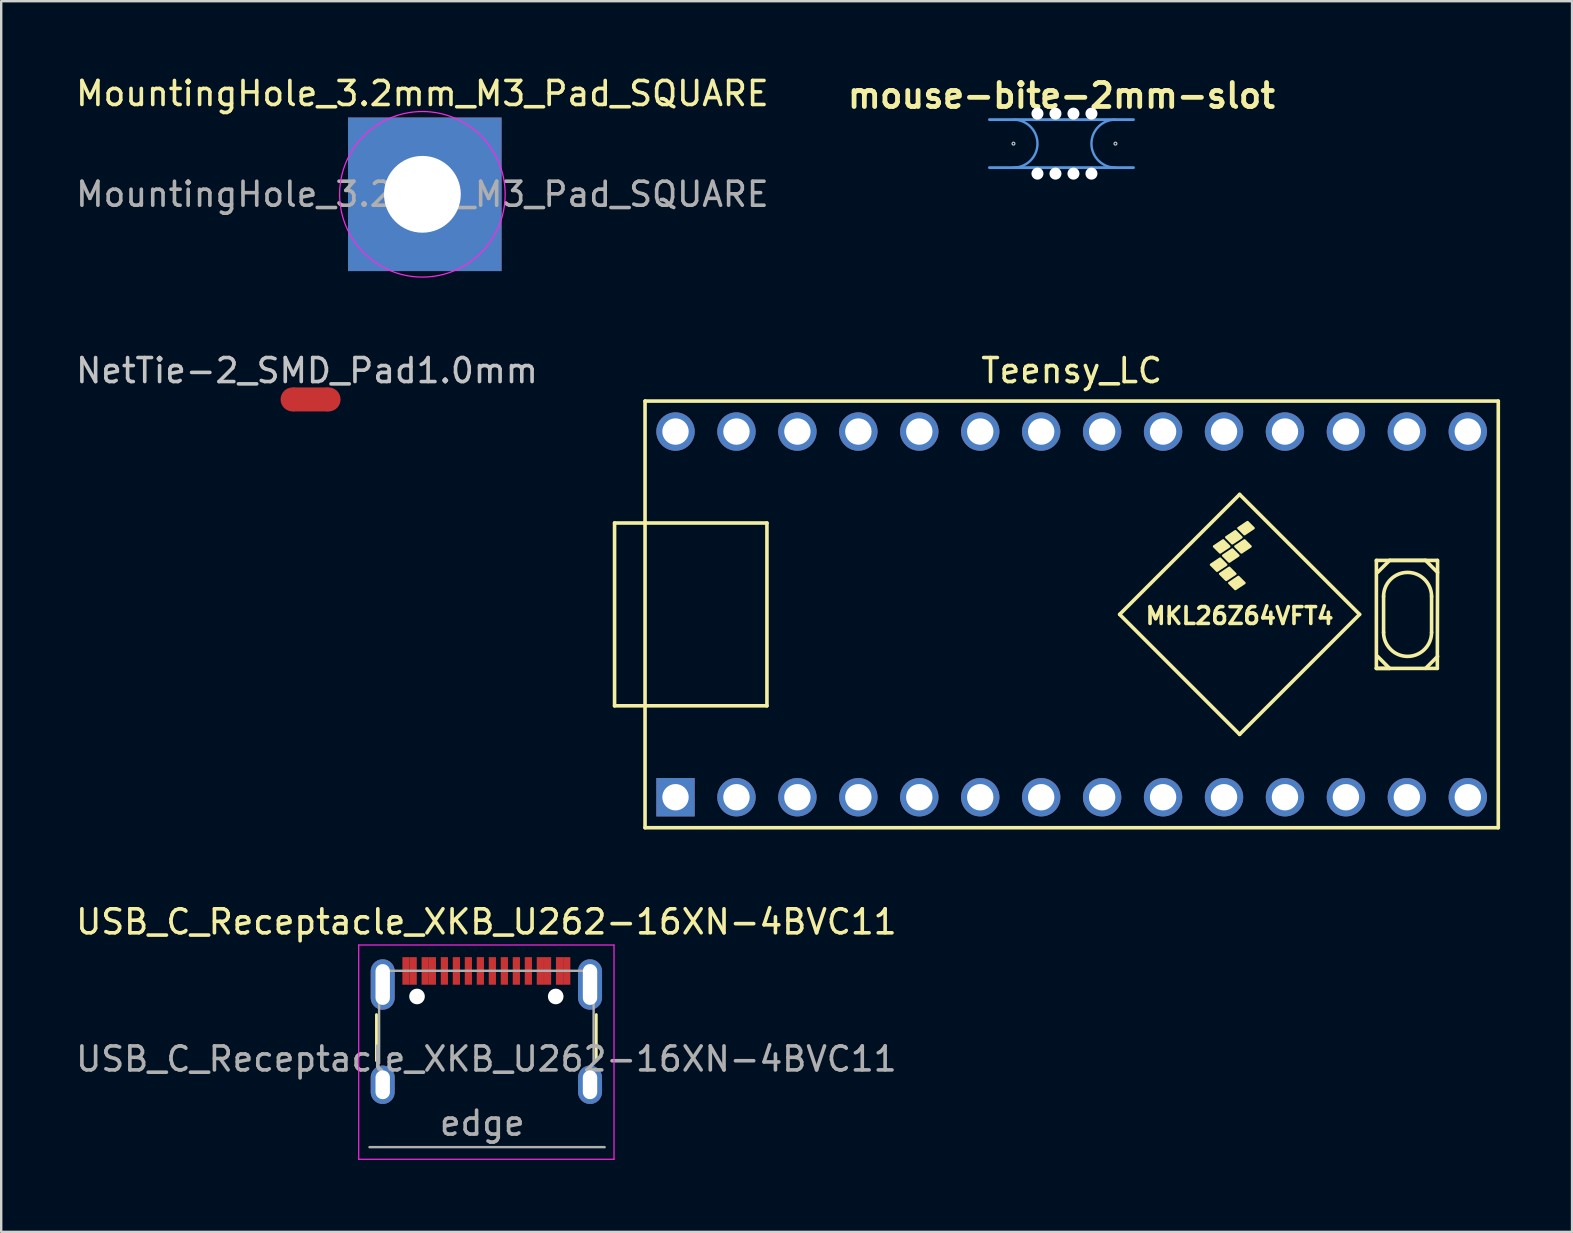
<source format=kicad_pcb>
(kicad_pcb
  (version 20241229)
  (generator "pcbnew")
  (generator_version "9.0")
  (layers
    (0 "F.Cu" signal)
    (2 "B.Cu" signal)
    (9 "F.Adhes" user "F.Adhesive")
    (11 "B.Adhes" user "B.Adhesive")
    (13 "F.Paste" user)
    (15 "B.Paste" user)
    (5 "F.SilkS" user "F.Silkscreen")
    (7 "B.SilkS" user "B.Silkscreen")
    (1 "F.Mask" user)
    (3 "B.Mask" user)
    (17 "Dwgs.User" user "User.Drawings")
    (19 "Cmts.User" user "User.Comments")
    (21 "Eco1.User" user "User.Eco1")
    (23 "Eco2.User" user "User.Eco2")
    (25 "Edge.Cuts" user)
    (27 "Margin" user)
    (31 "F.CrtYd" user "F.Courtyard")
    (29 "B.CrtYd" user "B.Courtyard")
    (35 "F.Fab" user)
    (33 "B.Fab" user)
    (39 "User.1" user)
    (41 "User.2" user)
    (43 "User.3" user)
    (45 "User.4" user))
  (footprint "MountingHole_3.2mm_M3_Pad_SQUARE"
    (layer "F.Cu")
    (at 14.554 5.048)
    (property "Reference" "MountingHole_3.2mm_M3_Pad_SQUARE" (at 0 -4.2 0) (layer "F.SilkS") (effects (font (size 1 1) (thickness 0.15))))
    (attr exclude_from_pos_files exclude_from_bom)
    (fp_rect (start -3.5 -3.5) (end 3.3 3.2) (stroke (width 0) (type solid)) (fill yes) (layer "F.Mask"))
    (fp_rect (start -3.1 -3.2) (end 3.5 3.5) (stroke (width 0) (type solid)) (fill yes) (layer "B.Mask"))
    (fp_circle (center 0 0) (end 3.45 0) (stroke (width 0.05) (type solid)) (fill no) (layer "F.CrtYd"))
    (fp_text user "${REFERENCE}" (at 0 0 0) (layer "F.Fab") (effects (font (size 1 1) (thickness 0.15))))
    (pad "1" thru_hole rect (at 0 0) (size 6.4 6.4) (drill 3.2 (offset 0.1 0)) (layers "*.Cu" "*.Mask")))
  (footprint "mouse-bite-2mm-slot"
    (layer "F.Cu")
    (at 41.188 2.936)
    (property "Reference" "mouse-bite-2mm-slot" (at 0 -2 0) (layer "F.SilkS") (effects (font (size 1 1) (thickness 0.2))))
    (attr through_hole)
    (fp_circle (center -2 0) (end -2 -0.06) (stroke (width 0.05) (type solid)) (fill no) (layer "Dwgs.User"))
    (fp_circle (center 2.25 0) (end 2.31 0) (stroke (width 0.05) (type solid)) (fill no) (layer "Dwgs.User"))
    (fp_line (start -3 -1) (end 3 -1) (stroke (width 0.12) (type solid)) (layer "Cmts.User"))
    (fp_line (start -3 1) (end 3 1) (stroke (width 0.12) (type solid)) (layer "Cmts.User"))
    (fp_arc (start -2 -1) (mid -1 0) (end -2 1) (stroke (width 0.1) (type solid)) (layer "Cmts.User"))
    (fp_arc (start 2.25 1) (mid 1.25 0) (end 2.25 -1) (stroke (width 0.1) (type solid)) (layer "Cmts.User"))
    (pad "" np_thru_hole circle (at -1 -1.25) (size 0.5 0.5) (drill 0.5) (layers "*.Cu" "*.Mask"))
    (pad "" np_thru_hole circle (at -1 1.25) (size 0.5 0.5) (drill 0.5) (layers "*.Cu" "*.Mask"))
    (pad "" np_thru_hole circle (at -0.25 -1.25) (size 0.5 0.5) (drill 0.5) (layers "*.Cu" "*.Mask"))
    (pad "" np_thru_hole circle (at -0.25 1.25) (size 0.5 0.5) (drill 0.5) (layers "*.Cu" "*.Mask"))
    (pad "" np_thru_hole circle (at 0.5 -1.25) (size 0.5 0.5) (drill 0.5) (layers "*.Cu" "*.Mask"))
    (pad "" np_thru_hole circle (at 0.5 1.25) (size 0.5 0.5) (drill 0.5) (layers "*.Cu" "*.Mask"))
    (pad "" np_thru_hole circle (at 1.25 -1.25) (size 0.5 0.5) (drill 0.5) (layers "*.Cu" "*.Mask"))
    (pad "" np_thru_hole circle (at 1.25 1.25) (size 0.5 0.5) (drill 0.5) (layers "*.Cu" "*.Mask")))
  (footprint "Teensy_LC"
    (layer "F.Cu")
    (at 41.613 22.556)
    (property "Reference" "Teensy_LC" (at 0 -10.16 0) (layer "F.SilkS") (effects (font (size 1 1) (thickness 0.15))))
    (attr through_hole)
    (fp_line (start -19.05 -3.81) (end -17.78 -3.81) (stroke (width 0.15) (type solid)) (layer "F.SilkS"))
    (fp_line (start -19.05 3.81) (end -19.05 -3.81) (stroke (width 0.15) (type solid)) (layer "F.SilkS"))
    (fp_line (start -17.78 -8.89) (end 17.78 -8.89) (stroke (width 0.15) (type solid)) (layer "F.SilkS"))
    (fp_line (start -17.78 3.81) (end -19.05 3.81) (stroke (width 0.15) (type solid)) (layer "F.SilkS"))
    (fp_line (start -17.78 8.89) (end -17.78 -8.89) (stroke (width 0.15) (type solid)) (layer "F.SilkS"))
    (fp_line (start -12.7 -3.81) (end -17.78 -3.81) (stroke (width 0.15) (type solid)) (layer "F.SilkS"))
    (fp_line (start -12.7 3.81) (end -17.78 3.81) (stroke (width 0.15) (type solid)) (layer "F.SilkS"))
    (fp_line (start -12.7 3.81) (end -12.7 -3.81) (stroke (width 0.15) (type solid)) (layer "F.SilkS"))
    (fp_line (start 2 0) (end 7 5) (stroke (width 0.15) (type solid)) (layer "F.SilkS"))
    (fp_line (start 7 -5) (end 2 0) (stroke (width 0.15) (type solid)) (layer "F.SilkS"))
    (fp_line (start 7 5) (end 12 0) (stroke (width 0.15) (type solid)) (layer "F.SilkS"))
    (fp_line (start 12 0) (end 7 -5) (stroke (width 0.15) (type solid)) (layer "F.SilkS"))
    (fp_line (start 12.7 -2.25) (end 15.24 -2.25) (stroke (width 0.15) (type solid)) (layer "F.SilkS"))
    (fp_line (start 12.7 2.25) (end 12.7 -2.25) (stroke (width 0.15) (type solid)) (layer "F.SilkS"))
    (fp_line (start 12.7 2.25) (end 13.25 2.25) (stroke (width 0.15) (type solid)) (layer "F.SilkS"))
    (fp_line (start 12.75 -1.75) (end 13.25 -2.25) (stroke (width 0.15) (type solid)) (layer "F.SilkS"))
    (fp_line (start 13 -0.75) (end 13 0.75) (stroke (width 0.15) (type solid)) (layer "F.SilkS"))
    (fp_line (start 13.25 2.25) (end 12.75 1.75) (stroke (width 0.15) (type solid)) (layer "F.SilkS"))
    (fp_line (start 14.75 -2.25) (end 13.25 -2.25) (stroke (width 0.15) (type solid)) (layer "F.SilkS"))
    (fp_line (start 15 0.75) (end 15 -0.75) (stroke (width 0.15) (type solid)) (layer "F.SilkS"))
    (fp_line (start 15.24 2.25) (end 12.7 2.25) (stroke (width 0.15) (type solid)) (layer "F.SilkS"))
    (fp_line (start 15.25 -2.25) (end 15.24 2.25) (stroke (width 0.15) (type solid)) (layer "F.SilkS"))
    (fp_line (start 15.25 -1.75) (end 14.75 -2.25) (stroke (width 0.15) (type solid)) (layer "F.SilkS"))
    (fp_line (start 15.25 1.75) (end 14.75 2.25) (stroke (width 0.15) (type solid)) (layer "F.SilkS"))
    (fp_line (start 17.78 -8.89) (end 17.78 8.89) (stroke (width 0.15) (type solid)) (layer "F.SilkS"))
    (fp_line (start 17.78 8.89) (end -17.78 8.89) (stroke (width 0.15) (type solid)) (layer "F.SilkS"))
    (fp_arc (start 13 -0.75) (mid 14 -1.75) (end 15 -0.75) (stroke (width 0.15) (type solid)) (layer "F.SilkS"))
    (fp_arc (start 15 0.75) (mid 14 1.75) (end 13 0.75) (stroke (width 0.15) (type solid)) (layer "F.SilkS"))
    (fp_poly (pts (xy 6.06 -1.817) (xy 5.806 -2.071) (xy 6.187 -2.325) (xy 6.441 -2.071)) (stroke (width 0.1) (type solid)) (fill yes) (layer "F.SilkS"))
    (fp_poly (pts (xy 6.187 -2.579) (xy 5.933 -2.833) (xy 6.314 -3.087) (xy 6.568 -2.833)) (stroke (width 0.1) (type solid)) (fill yes) (layer "F.SilkS"))
    (fp_poly (pts (xy 6.441 -1.436) (xy 6.187 -1.69) (xy 6.568 -1.944) (xy 6.822 -1.69)) (stroke (width 0.1) (type solid)) (fill yes) (layer "F.SilkS"))
    (fp_poly (pts (xy 6.568 -2.198) (xy 6.314 -2.452) (xy 6.695 -2.706) (xy 6.949 -2.452)) (stroke (width 0.1) (type solid)) (fill yes) (layer "F.SilkS"))
    (fp_poly (pts (xy 6.695 -2.96) (xy 6.441 -3.214) (xy 6.822 -3.468) (xy 7.076 -3.214)) (stroke (width 0.1) (type solid)) (fill yes) (layer "F.SilkS"))
    (fp_poly (pts (xy 6.822 -1.055) (xy 6.568 -1.309) (xy 6.949 -1.563) (xy 7.203 -1.309)) (stroke (width 0.1) (type solid)) (fill yes) (layer "F.SilkS"))
    (fp_poly (pts (xy 7.076 -2.579) (xy 6.822 -2.833) (xy 7.203 -3.087) (xy 7.457 -2.833)) (stroke (width 0.1) (type solid)) (fill yes) (layer "F.SilkS"))
    (fp_poly (pts (xy 7.203 -3.341) (xy 6.949 -3.595) (xy 7.33 -3.849) (xy 7.584 -3.595)) (stroke (width 0.1) (type solid)) (fill yes) (layer "F.SilkS"))
    (fp_text user "MKL26Z64VFT4" (at 7 0.06 0) (layer "F.SilkS") (effects (font (size 0.7 0.7) (thickness 0.15))))
    (pad "1" thru_hole rect (at -16.51 7.62) (size 1.6 1.6) (drill 1.1) (layers "*.Cu" "*.Mask"))
    (pad "2" thru_hole circle (at -13.97 7.62) (size 1.6 1.6) (drill 1.1) (layers "*.Cu" "*.Mask"))
    (pad "3" thru_hole circle (at -11.43 7.62) (size 1.6 1.6) (drill 1.1) (layers "*.Cu" "*.Mask"))
    (pad "4" thru_hole circle (at -8.89 7.62) (size 1.6 1.6) (drill 1.1) (layers "*.Cu" "*.Mask"))
    (pad "5" thru_hole circle (at -6.35 7.62) (size 1.6 1.6) (drill 1.1) (layers "*.Cu" "*.Mask"))
    (pad "6" thru_hole circle (at -3.81 7.62) (size 1.6 1.6) (drill 1.1) (layers "*.Cu" "*.Mask"))
    (pad "7" thru_hole circle (at -1.27 7.62) (size 1.6 1.6) (drill 1.1) (layers "*.Cu" "*.Mask"))
    (pad "8" thru_hole circle (at 1.27 7.62) (size 1.6 1.6) (drill 1.1) (layers "*.Cu" "*.Mask"))
    (pad "9" thru_hole circle (at 3.81 7.62) (size 1.6 1.6) (drill 1.1) (layers "*.Cu" "*.Mask"))
    (pad "10" thru_hole circle (at 6.35 7.62) (size 1.6 1.6) (drill 1.1) (layers "*.Cu" "*.Mask"))
    (pad "11" thru_hole circle (at 8.89 7.62) (size 1.6 1.6) (drill 1.1) (layers "*.Cu" "*.Mask"))
    (pad "12" thru_hole circle (at 11.43 7.62) (size 1.6 1.6) (drill 1.1) (layers "*.Cu" "*.Mask"))
    (pad "13" thru_hole circle (at 13.97 7.62) (size 1.6 1.6) (drill 1.1) (layers "*.Cu" "*.Mask"))
    (pad "14" thru_hole circle (at 16.51 7.62) (size 1.6 1.6) (drill 1.1) (layers "*.Cu" "*.Mask"))
    (pad "20" thru_hole circle (at 16.51 -7.62) (size 1.6 1.6) (drill 1.1) (layers "*.Cu" "*.Mask"))
    (pad "21" thru_hole circle (at 13.97 -7.62) (size 1.6 1.6) (drill 1.1) (layers "*.Cu" "*.Mask"))
    (pad "22" thru_hole circle (at 11.43 -7.62) (size 1.6 1.6) (drill 1.1) (layers "*.Cu" "*.Mask"))
    (pad "23" thru_hole circle (at 8.89 -7.62) (size 1.6 1.6) (drill 1.1) (layers "*.Cu" "*.Mask"))
    (pad "24" thru_hole circle (at 6.35 -7.62) (size 1.6 1.6) (drill 1.1) (layers "*.Cu" "*.Mask"))
    (pad "25" thru_hole circle (at 3.81 -7.62) (size 1.6 1.6) (drill 1.1) (layers "*.Cu" "*.Mask"))
    (pad "26" thru_hole circle (at 1.27 -7.62) (size 1.6 1.6) (drill 1.1) (layers "*.Cu" "*.Mask"))
    (pad "27" thru_hole circle (at -1.27 -7.62) (size 1.6 1.6) (drill 1.1) (layers "*.Cu" "*.Mask"))
    (pad "28" thru_hole circle (at -3.81 -7.62) (size 1.6 1.6) (drill 1.1) (layers "*.Cu" "*.Mask"))
    (pad "29" thru_hole circle (at -6.35 -7.62) (size 1.6 1.6) (drill 1.1) (layers "*.Cu" "*.Mask"))
    (pad "30" thru_hole circle (at -8.89 -7.62) (size 1.6 1.6) (drill 1.1) (layers "*.Cu" "*.Mask"))
    (pad "31" thru_hole circle (at -11.43 -7.62) (size 1.6 1.6) (drill 1.1) (layers "*.Cu" "*.Mask"))
    (pad "32" thru_hole circle (at -13.97 -7.62) (size 1.6 1.6) (drill 1.1) (layers "*.Cu" "*.Mask"))
    (pad "33" thru_hole circle (at -16.51 -7.62) (size 1.6 1.6) (drill 1.1) (layers "*.Cu" "*.Mask")))
  (footprint "NetTie-2_SMD_Pad1.0mm"
    (layer "F.Cu")
    (at 9.494 13.597)
    (property "Reference" "NetTie-2_SMD_Pad1.0mm" (at 0.25 -1.2 0) (layer "Dwgs.User") (effects (font (size 1 1) (thickness 0.15))))
    (attr exclude_from_pos_files exclude_from_bom)
    (fp_poly (pts (xy -0.35 -0.5) (xy 1.15 -0.5) (xy 1.15 0.5) (xy -0.35 0.5)) (stroke (width 0) (type solid)) (fill yes) (layer "F.Cu"))
    (pad "1" smd circle (at -0.35 0) (size 1 1) (layers "F.Cu"))
    (pad "2" smd circle (at 1.15 0) (size 1 1) (layers "F.Cu")))
  (footprint "USB_C_Receptacle_XKB_U262-16XN-4BVC11"
    (layer "F.Cu")
    (at 17.22 41.085)
    (property "Reference" "USB_C_Receptacle_XKB_U262-16XN-4BVC11" (at 0 -5.715 0) (layer "F.SilkS") (effects (font (size 1 1) (thickness 0.15))))
    (attr smd)
    (fp_line (start -4.58 -1.85) (end -4.58 0.07) (stroke (width 0.12) (type solid)) (layer "F.SilkS"))
    (fp_line (start 4.58 0.07) (end 4.58 -1.85) (stroke (width 0.12) (type solid)) (layer "F.SilkS"))
    (fp_line (start -5.32 -4.75) (end 5.32 -4.75) (stroke (width 0.05) (type solid)) (layer "F.CrtYd"))
    (fp_line (start -5.32 4.18) (end -5.32 -4.75) (stroke (width 0.05) (type solid)) (layer "F.CrtYd"))
    (fp_line (start 5.32 -4.75) (end 5.32 4.18) (stroke (width 0.05) (type solid)) (layer "F.CrtYd"))
    (fp_line (start 5.32 4.18) (end -5.32 4.18) (stroke (width 0.05) (type solid)) (layer "F.CrtYd"))
    (fp_line (start -4.87 3.675) (end 4.93 3.675) (stroke (width 0.1) (type solid)) (layer "F.Fab"))
    (fp_line (start -4.47 -3.675) (end -4.47 0.175) (stroke (width 0.1) (type solid)) (layer "F.Fab"))
    (fp_line (start -4.47 -3.675) (end 4.47 -3.675) (stroke (width 0.1) (type solid)) (layer "F.Fab"))
    (fp_line (start 4.47 0.175) (end 4.47 -3.675) (stroke (width 0.1) (type solid)) (layer "F.Fab"))
    (fp_text user "${REFERENCE}" (at 0 0 0) (layer "F.Fab") (effects (font (size 1 1) (thickness 0.15))))
    (fp_text user "edge" (at -0.17 2.675 0) (unlocked yes) (layer "F.Fab") (effects (font (size 1 1) (thickness 0.15))))
    (pad "" np_thru_hole circle (at -2.89 -2.605) (size 0.65 0.65) (drill 0.65) (layers "*.Cu" "*.Mask"))
    (pad "" np_thru_hole circle (at 2.89 -2.605) (size 0.65 0.65) (drill 0.65) (layers "*.Cu" "*.Mask"))
    (pad "A1" smd rect (at -3.35 -3.67) (size 0.3 1.15) (layers "F.Cu" "F.Mask" "F.Paste"))
    (pad "A4" smd rect (at -2.55 -3.67) (size 0.3 1.15) (layers "F.Cu" "F.Mask" "F.Paste"))
    (pad "A5" smd rect (at -1.25 -3.67) (size 0.3 1.15) (layers "F.Cu" "F.Mask" "F.Paste"))
    (pad "A6" smd rect (at -0.25 -3.67) (size 0.3 1.15) (layers "F.Cu" "F.Mask" "F.Paste"))
    (pad "A7" smd rect (at 0.25 -3.67) (size 0.3 1.15) (layers "F.Cu" "F.Mask" "F.Paste"))
    (pad "A8" smd rect (at 1.25 -3.67) (size 0.3 1.15) (layers "F.Cu" "F.Mask" "F.Paste"))
    (pad "A9" smd rect (at 2.55 -3.67) (size 0.3 1.15) (layers "F.Cu" "F.Mask" "F.Paste"))
    (pad "A12" smd rect (at 3.35 -3.67) (size 0.3 1.15) (layers "F.Cu" "F.Mask" "F.Paste"))
    (pad "B1" smd rect (at 3.05 -3.67) (size 0.3 1.15) (layers "F.Cu" "F.Mask" "F.Paste"))
    (pad "B4" smd rect (at 2.25 -3.67) (size 0.3 1.15) (layers "F.Cu" "F.Mask" "F.Paste"))
    (pad "B5" smd rect (at 1.75 -3.67) (size 0.3 1.15) (layers "F.Cu" "F.Mask" "F.Paste"))
    (pad "B6" smd rect (at 0.75 -3.67) (size 0.3 1.15) (layers "F.Cu" "F.Mask" "F.Paste"))
    (pad "B7" smd rect (at -0.75 -3.67) (size 0.3 1.15) (layers "F.Cu" "F.Mask" "F.Paste"))
    (pad "B8" smd rect (at -1.75 -3.67) (size 0.3 1.15) (layers "F.Cu" "F.Mask" "F.Paste"))
    (pad "B9" smd rect (at -2.25 -3.67) (size 0.3 1.15) (layers "F.Cu" "F.Mask" "F.Paste"))
    (pad "B12" smd rect (at -3.05 -3.67) (size 0.3 1.15) (layers "F.Cu" "F.Mask" "F.Paste"))
    (pad "S1" thru_hole oval (at -4.32 -3.105) (size 1 2.1) (drill oval 0.6 1.7) (layers "*.Cu" "*.Mask"))
    (pad "S1" thru_hole oval (at -4.32 1.075) (size 1 1.6) (drill oval 0.6 1.2) (layers "*.Cu" "*.Mask"))
    (pad "S1" thru_hole oval (at 4.32 -3.105) (size 1 2.1) (drill oval 0.6 1.7) (layers "*.Cu" "*.Mask"))
    (pad "S1" thru_hole oval (at 4.32 1.075) (size 1 1.6) (drill oval 0.6 1.2) (layers "*.Cu" "*.Mask")))
  (gr_rect
    (start -3 -3)
    (end 62.468 48.29)
    (stroke (width 0.1) (type default))
    (fill no)
    (layer "Edge.Cuts")))
</source>
